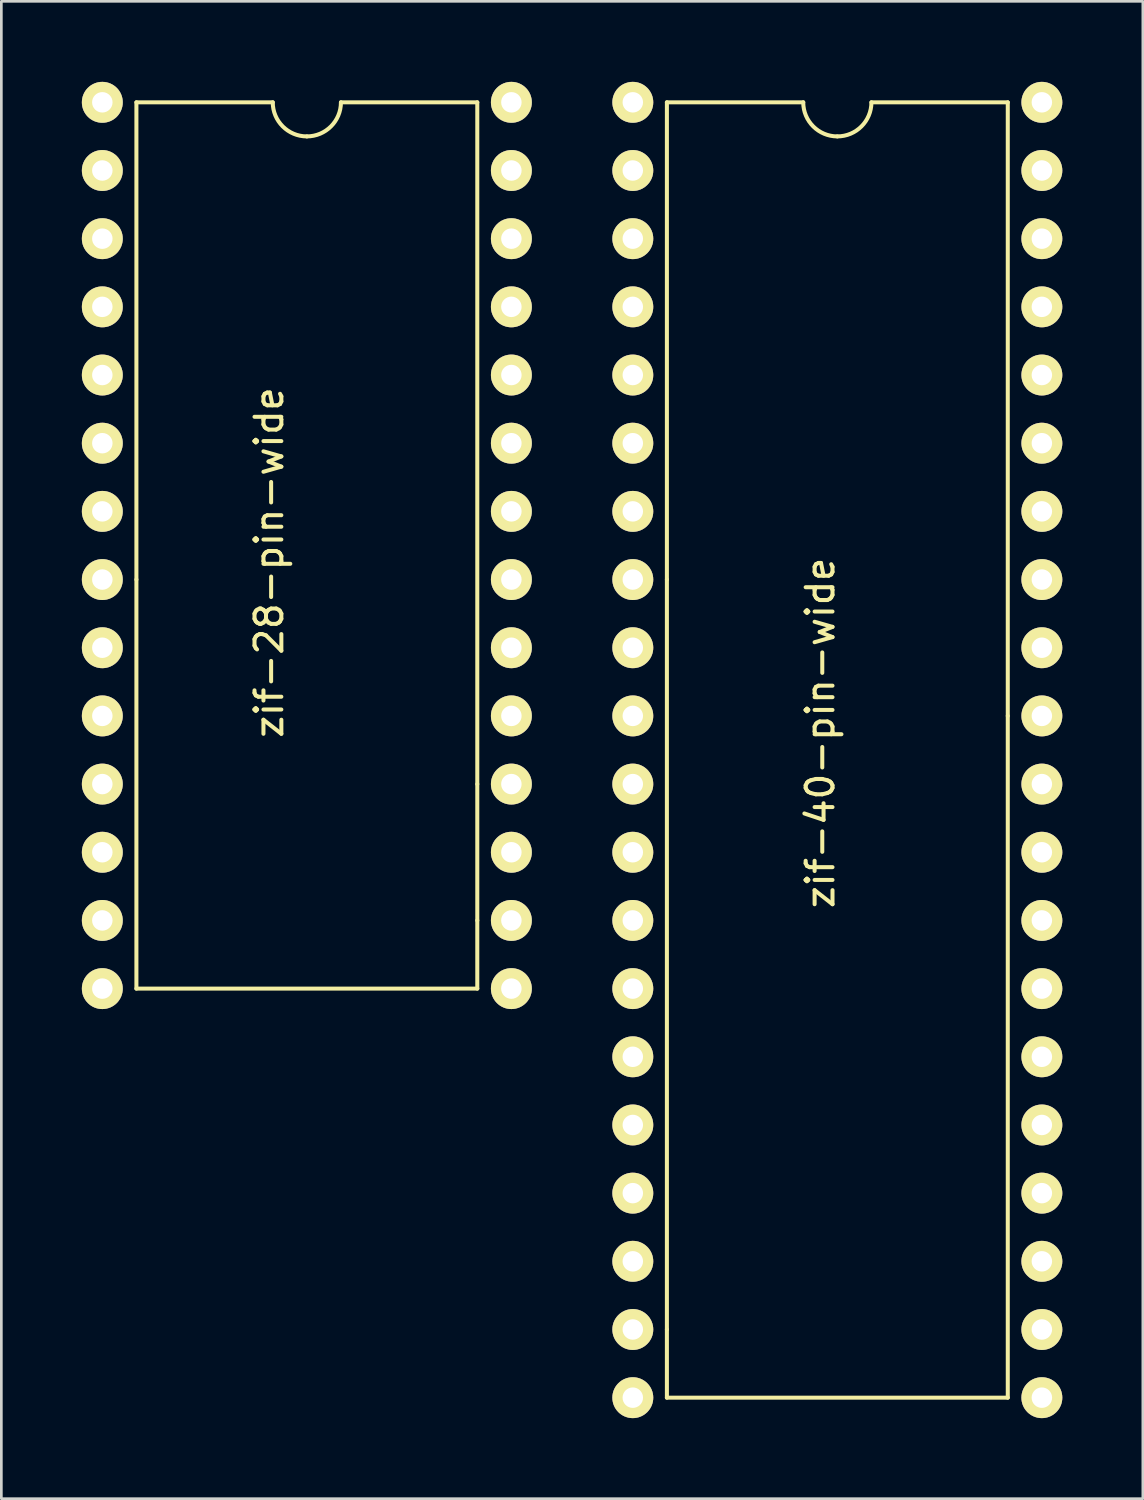
<source format=kicad_pcb>
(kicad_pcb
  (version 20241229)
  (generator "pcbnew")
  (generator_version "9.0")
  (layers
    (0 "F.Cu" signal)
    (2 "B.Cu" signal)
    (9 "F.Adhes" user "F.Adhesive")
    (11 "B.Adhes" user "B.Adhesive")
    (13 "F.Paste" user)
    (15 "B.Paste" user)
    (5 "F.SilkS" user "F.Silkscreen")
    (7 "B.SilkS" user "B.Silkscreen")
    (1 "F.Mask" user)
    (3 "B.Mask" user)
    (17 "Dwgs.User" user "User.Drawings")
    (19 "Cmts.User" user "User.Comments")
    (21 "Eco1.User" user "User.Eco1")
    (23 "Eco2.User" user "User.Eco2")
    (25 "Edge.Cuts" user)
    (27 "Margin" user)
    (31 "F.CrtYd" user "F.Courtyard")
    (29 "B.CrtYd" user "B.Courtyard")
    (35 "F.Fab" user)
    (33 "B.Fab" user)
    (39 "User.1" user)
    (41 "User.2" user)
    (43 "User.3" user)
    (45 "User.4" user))
  (footprint "zif-28-pin-wide"
    (layer "F.Cu")
    (at 8.382 17.272)
    (property "Reference" "zif-28-pin-wide" (at -1.405 0.635 270) (layer "F.SilkS") (effects (font (size 1 1) (thickness 0.15))))
    (attr through_hole)
    (fp_line (start -6.35 -16.51) (end -6.35 1.27) (stroke (width 0.15) (type solid)) (layer "F.SilkS"))
    (fp_line (start -6.35 -16.51) (end -1.27 -16.51) (stroke (width 0.15) (type solid)) (layer "F.SilkS"))
    (fp_line (start -6.35 1.27) (end -6.35 16.51) (stroke (width 0.15) (type solid)) (layer "F.SilkS"))
    (fp_line (start -6.35 16.51) (end 6.35 16.51) (stroke (width 0.15) (type solid)) (layer "F.SilkS"))
    (fp_line (start 1.27 -16.51) (end 6.35 -16.51) (stroke (width 0.15) (type solid)) (layer "F.SilkS"))
    (fp_line (start 6.35 8.89) (end 6.35 -16.51) (stroke (width 0.15) (type solid)) (layer "F.SilkS"))
    (fp_line (start 6.35 8.89) (end 6.35 13.97) (stroke (width 0.15) (type solid)) (layer "F.SilkS"))
    (fp_line (start 6.35 13.97) (end 6.35 16.51) (stroke (width 0.15) (type solid)) (layer "F.SilkS"))
    (fp_arc (start 0 -15.24) (mid -0.898026 -15.611974) (end -1.27 -16.51) (stroke (width 0.15) (type solid)) (layer "F.SilkS"))
    (fp_arc (start 1.27 -16.51) (mid 0.898026 -15.611974) (end 0 -15.24) (stroke (width 0.15) (type solid)) (layer "F.SilkS"))
    (pad "1" thru_hole circle (at -7.62 -16.51) (size 1.524 1.524) (drill 0.762) (layers "*.Cu" "*.Mask" "F.SilkS"))
    (pad "2" thru_hole circle (at -7.62 -13.97) (size 1.524 1.524) (drill 0.762) (layers "*.Cu" "*.Mask" "F.SilkS"))
    (pad "3" thru_hole circle (at -7.62 -11.43) (size 1.524 1.524) (drill 0.762) (layers "*.Cu" "*.Mask" "F.SilkS"))
    (pad "4" thru_hole circle (at -7.62 -8.89) (size 1.524 1.524) (drill 0.762) (layers "*.Cu" "*.Mask" "F.SilkS"))
    (pad "5" thru_hole circle (at -7.62 -6.35) (size 1.524 1.524) (drill 0.762) (layers "*.Cu" "*.Mask" "F.SilkS"))
    (pad "6" thru_hole circle (at -7.62 -3.81) (size 1.524 1.524) (drill 0.762) (layers "*.Cu" "*.Mask" "F.SilkS"))
    (pad "7" thru_hole circle (at -7.62 -1.27) (size 1.524 1.524) (drill 0.762) (layers "*.Cu" "*.Mask" "F.SilkS"))
    (pad "8" thru_hole circle (at -7.62 1.27) (size 1.524 1.524) (drill 0.762) (layers "*.Cu" "*.Mask" "F.SilkS"))
    (pad "9" thru_hole circle (at -7.62 3.81) (size 1.524 1.524) (drill 0.762) (layers "*.Cu" "*.Mask" "F.SilkS"))
    (pad "10" thru_hole circle (at -7.62 6.35) (size 1.524 1.524) (drill 0.762) (layers "*.Cu" "*.Mask" "F.SilkS"))
    (pad "11" thru_hole circle (at -7.62 8.89) (size 1.524 1.524) (drill 0.762) (layers "*.Cu" "*.Mask" "F.SilkS"))
    (pad "12" thru_hole circle (at -7.62 11.43) (size 1.524 1.524) (drill 0.762) (layers "*.Cu" "*.Mask" "F.SilkS"))
    (pad "13" thru_hole circle (at -7.62 13.97) (size 1.524 1.524) (drill 0.762) (layers "*.Cu" "*.Mask" "F.SilkS"))
    (pad "14" thru_hole circle (at -7.62 16.51 180) (size 1.524 1.524) (drill 0.762) (layers "*.Cu" "*.Mask" "F.SilkS"))
    (pad "15" thru_hole circle (at 7.62 16.51 180) (size 1.524 1.524) (drill 0.762) (layers "*.Cu" "*.Mask" "F.SilkS"))
    (pad "16" thru_hole circle (at 7.62 13.97 180) (size 1.524 1.524) (drill 0.762) (layers "*.Cu" "*.Mask" "F.SilkS"))
    (pad "17" thru_hole circle (at 7.62 11.43 180) (size 1.524 1.524) (drill 0.762) (layers "*.Cu" "*.Mask" "F.SilkS"))
    (pad "18" thru_hole circle (at 7.62 8.89 180) (size 1.524 1.524) (drill 0.762) (layers "*.Cu" "*.Mask" "F.SilkS"))
    (pad "19" thru_hole circle (at 7.62 6.35 180) (size 1.524 1.524) (drill 0.762) (layers "*.Cu" "*.Mask" "F.SilkS"))
    (pad "20" thru_hole circle (at 7.62 3.81 180) (size 1.524 1.524) (drill 0.762) (layers "*.Cu" "*.Mask" "F.SilkS"))
    (pad "21" thru_hole circle (at 7.62 1.27) (size 1.524 1.524) (drill 0.762) (layers "*.Cu" "*.Mask" "F.SilkS"))
    (pad "22" thru_hole circle (at 7.62 -1.27) (size 1.524 1.524) (drill 0.762) (layers "*.Cu" "*.Mask" "F.SilkS"))
    (pad "23" thru_hole circle (at 7.62 -3.81) (size 1.524 1.524) (drill 0.762) (layers "*.Cu" "*.Mask" "F.SilkS"))
    (pad "24" thru_hole circle (at 7.62 -6.35) (size 1.524 1.524) (drill 0.762) (layers "*.Cu" "*.Mask" "F.SilkS"))
    (pad "25" thru_hole circle (at 7.62 -8.89) (size 1.524 1.524) (drill 0.762) (layers "*.Cu" "*.Mask" "F.SilkS"))
    (pad "26" thru_hole circle (at 7.62 -11.43) (size 1.524 1.524) (drill 0.762) (layers "*.Cu" "*.Mask" "F.SilkS"))
    (pad "27" thru_hole circle (at 7.62 -13.97) (size 1.524 1.524) (drill 0.762) (layers "*.Cu" "*.Mask" "F.SilkS"))
    (pad "28" thru_hole circle (at 7.62 -16.51) (size 1.524 1.524) (drill 0.762) (layers "*.Cu" "*.Mask" "F.SilkS")))
  (footprint "zif-40-pin-wide"
    (layer "F.Cu")
    (at 28.146 23.622)
    (property "Reference" "zif-40-pin-wide" (at -0.635 0.635 90) (layer "F.SilkS") (effects (font (size 1 1) (thickness 0.15))))
    (attr through_hole)
    (fp_line (start -6.35 -22.86) (end -6.35 -5.08) (stroke (width 0.15) (type solid)) (layer "F.SilkS"))
    (fp_line (start -6.35 -22.86) (end -1.27 -22.86) (stroke (width 0.15) (type solid)) (layer "F.SilkS"))
    (fp_line (start -6.35 -5.08) (end -6.35 22.86) (stroke (width 0.15) (type solid)) (layer "F.SilkS"))
    (fp_line (start -6.35 22.86) (end -6.35 25.4) (stroke (width 0.15) (type solid)) (layer "F.SilkS"))
    (fp_line (start -6.35 25.4) (end 6.35 25.4) (stroke (width 0.15) (type solid)) (layer "F.SilkS"))
    (fp_line (start 1.27 -22.86) (end 6.35 -22.86) (stroke (width 0.15) (type solid)) (layer "F.SilkS"))
    (fp_line (start 6.35 0) (end 6.35 -22.86) (stroke (width 0.15) (type solid)) (layer "F.SilkS"))
    (fp_line (start 6.35 25.4) (end 6.35 0) (stroke (width 0.15) (type solid)) (layer "F.SilkS"))
    (fp_arc (start 0 -21.59) (mid -0.898026 -21.961974) (end -1.27 -22.86) (stroke (width 0.15) (type solid)) (layer "F.SilkS"))
    (fp_arc (start 1.27 -22.86) (mid 0.898026 -21.961974) (end 0 -21.59) (stroke (width 0.15) (type solid)) (layer "F.SilkS"))
    (pad "1" thru_hole circle (at -7.62 -22.86) (size 1.524 1.524) (drill 0.762) (layers "*.Cu" "*.Mask" "F.SilkS"))
    (pad "2" thru_hole circle (at -7.62 -20.32) (size 1.524 1.524) (drill 0.762) (layers "*.Cu" "*.Mask" "F.SilkS"))
    (pad "3" thru_hole circle (at -7.62 -17.78) (size 1.524 1.524) (drill 0.762) (layers "*.Cu" "*.Mask" "F.SilkS"))
    (pad "4" thru_hole circle (at -7.62 -15.24) (size 1.524 1.524) (drill 0.762) (layers "*.Cu" "*.Mask" "F.SilkS"))
    (pad "5" thru_hole circle (at -7.62 -12.7) (size 1.524 1.524) (drill 0.762) (layers "*.Cu" "*.Mask" "F.SilkS"))
    (pad "6" thru_hole circle (at -7.62 -10.16) (size 1.524 1.524) (drill 0.762) (layers "*.Cu" "*.Mask" "F.SilkS"))
    (pad "7" thru_hole circle (at -7.62 -7.62) (size 1.524 1.524) (drill 0.762) (layers "*.Cu" "*.Mask" "F.SilkS"))
    (pad "8" thru_hole circle (at -7.62 -5.08) (size 1.524 1.524) (drill 0.762) (layers "*.Cu" "*.Mask" "F.SilkS"))
    (pad "9" thru_hole circle (at -7.62 -2.54) (size 1.524 1.524) (drill 0.762) (layers "*.Cu" "*.Mask" "F.SilkS"))
    (pad "10" thru_hole circle (at -7.62 0) (size 1.524 1.524) (drill 0.762) (layers "*.Cu" "*.Mask" "F.SilkS"))
    (pad "11" thru_hole circle (at -7.62 2.54) (size 1.524 1.524) (drill 0.762) (layers "*.Cu" "*.Mask" "F.SilkS"))
    (pad "12" thru_hole circle (at -7.62 5.08) (size 1.524 1.524) (drill 0.762) (layers "*.Cu" "*.Mask" "F.SilkS"))
    (pad "13" thru_hole circle (at -7.62 7.62) (size 1.524 1.524) (drill 0.762) (layers "*.Cu" "*.Mask" "F.SilkS"))
    (pad "14" thru_hole circle (at -7.62 10.16) (size 1.524 1.524) (drill 0.762) (layers "*.Cu" "*.Mask" "F.SilkS"))
    (pad "15" thru_hole circle (at -7.62 12.7) (size 1.524 1.524) (drill 0.762) (layers "*.Cu" "*.Mask" "F.SilkS"))
    (pad "16" thru_hole circle (at -7.62 15.24) (size 1.524 1.524) (drill 0.762) (layers "*.Cu" "*.Mask" "F.SilkS"))
    (pad "17" thru_hole circle (at -7.62 17.78) (size 1.524 1.524) (drill 0.762) (layers "*.Cu" "*.Mask" "F.SilkS"))
    (pad "18" thru_hole circle (at -7.62 20.32) (size 1.524 1.524) (drill 0.762) (layers "*.Cu" "*.Mask" "F.SilkS"))
    (pad "19" thru_hole circle (at -7.62 22.86) (size 1.524 1.524) (drill 0.762) (layers "*.Cu" "*.Mask" "F.SilkS"))
    (pad "20" thru_hole circle (at -7.62 25.4) (size 1.524 1.524) (drill 0.762) (layers "*.Cu" "*.Mask" "F.SilkS"))
    (pad "21" thru_hole circle (at 7.62 25.4) (size 1.524 1.524) (drill 0.762) (layers "*.Cu" "*.Mask" "F.SilkS"))
    (pad "22" thru_hole circle (at 7.62 22.86) (size 1.524 1.524) (drill 0.762) (layers "*.Cu" "*.Mask" "F.SilkS"))
    (pad "23" thru_hole circle (at 7.62 20.32) (size 1.524 1.524) (drill 0.762) (layers "*.Cu" "*.Mask" "F.SilkS"))
    (pad "24" thru_hole circle (at 7.62 17.78) (size 1.524 1.524) (drill 0.762) (layers "*.Cu" "*.Mask" "F.SilkS"))
    (pad "25" thru_hole circle (at 7.62 15.24) (size 1.524 1.524) (drill 0.762) (layers "*.Cu" "*.Mask" "F.SilkS"))
    (pad "26" thru_hole circle (at 7.62 12.7) (size 1.524 1.524) (drill 0.762) (layers "*.Cu" "*.Mask" "F.SilkS"))
    (pad "27" thru_hole circle (at 7.62 10.16) (size 1.524 1.524) (drill 0.762) (layers "*.Cu" "*.Mask" "F.SilkS"))
    (pad "28" thru_hole circle (at 7.62 7.62) (size 1.524 1.524) (drill 0.762) (layers "*.Cu" "*.Mask" "F.SilkS"))
    (pad "29" thru_hole circle (at 7.62 5.08) (size 1.524 1.524) (drill 0.762) (layers "*.Cu" "*.Mask" "F.SilkS"))
    (pad "30" thru_hole circle (at 7.62 2.54) (size 1.524 1.524) (drill 0.762) (layers "*.Cu" "*.Mask" "F.SilkS"))
    (pad "31" thru_hole circle (at 7.62 0) (size 1.524 1.524) (drill 0.762) (layers "*.Cu" "*.Mask" "F.SilkS"))
    (pad "32" thru_hole circle (at 7.62 -2.54) (size 1.524 1.524) (drill 0.762) (layers "*.Cu" "*.Mask" "F.SilkS"))
    (pad "33" thru_hole circle (at 7.62 -5.08) (size 1.524 1.524) (drill 0.762) (layers "*.Cu" "*.Mask" "F.SilkS"))
    (pad "34" thru_hole circle (at 7.62 -7.62) (size 1.524 1.524) (drill 0.762) (layers "*.Cu" "*.Mask" "F.SilkS"))
    (pad "35" thru_hole circle (at 7.62 -10.16) (size 1.524 1.524) (drill 0.762) (layers "*.Cu" "*.Mask" "F.SilkS"))
    (pad "36" thru_hole circle (at 7.62 -12.7) (size 1.524 1.524) (drill 0.762) (layers "*.Cu" "*.Mask" "F.SilkS"))
    (pad "37" thru_hole circle (at 7.62 -15.24) (size 1.524 1.524) (drill 0.762) (layers "*.Cu" "*.Mask" "F.SilkS"))
    (pad "38" thru_hole circle (at 7.62 -17.78) (size 1.524 1.524) (drill 0.762) (layers "*.Cu" "*.Mask" "F.SilkS"))
    (pad "39" thru_hole circle (at 7.62 -20.32) (size 1.524 1.524) (drill 0.762) (layers "*.Cu" "*.Mask" "F.SilkS"))
    (pad "40" thru_hole circle (at 7.62 -22.86) (size 1.524 1.524) (drill 0.762) (layers "*.Cu" "*.Mask" "F.SilkS")))
  (gr_rect
    (start -3 -3)
    (end 39.528 52.784)
    (stroke (width 0.1) (type default))
    (fill no)
    (layer "Edge.Cuts")))
</source>
